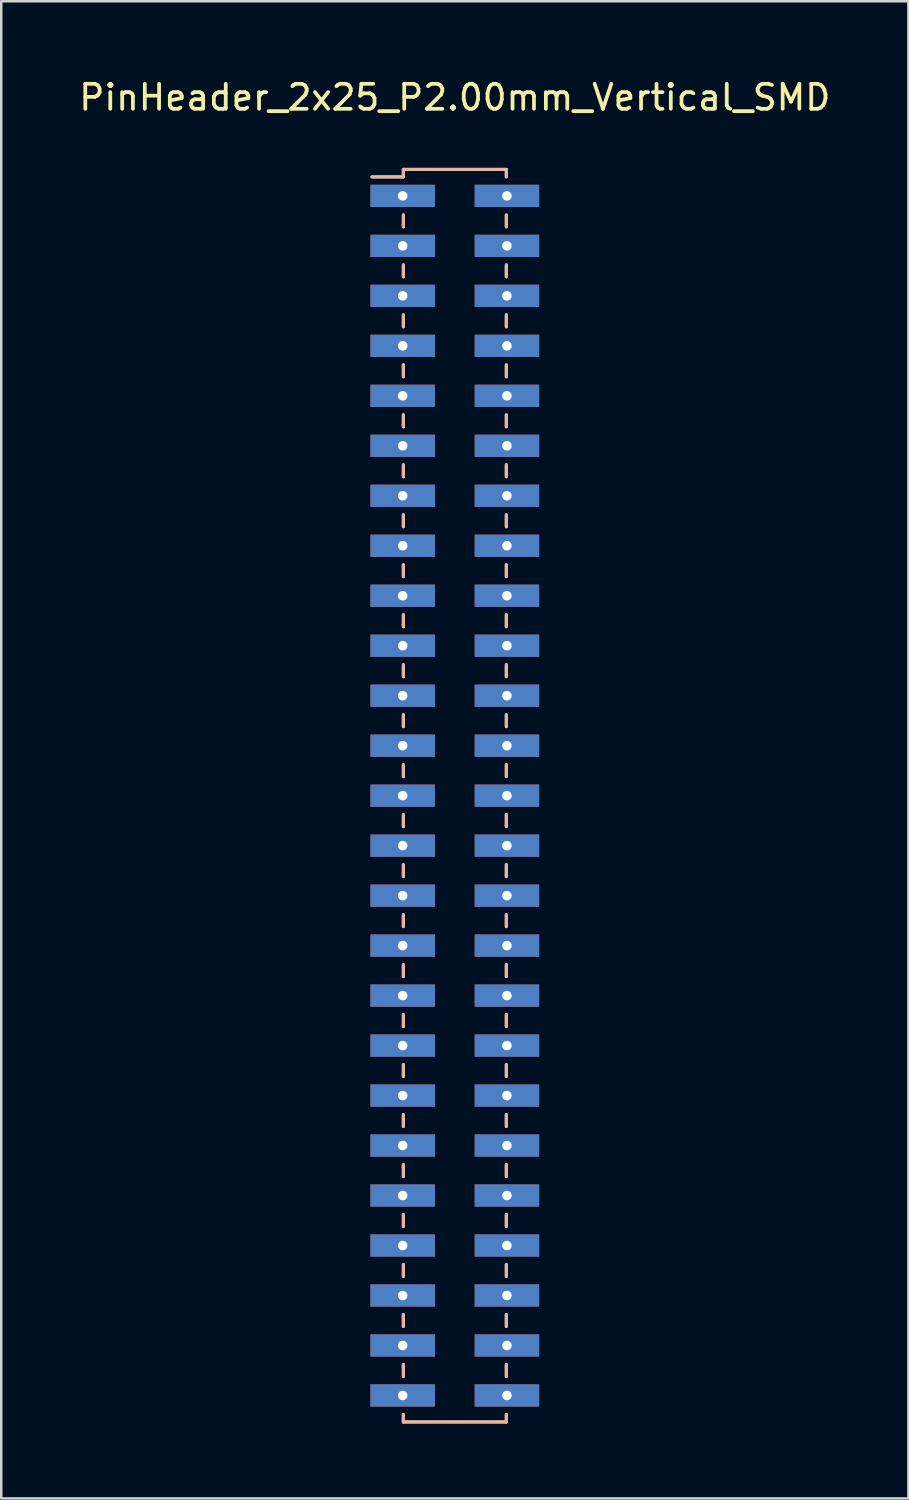
<source format=kicad_pcb>
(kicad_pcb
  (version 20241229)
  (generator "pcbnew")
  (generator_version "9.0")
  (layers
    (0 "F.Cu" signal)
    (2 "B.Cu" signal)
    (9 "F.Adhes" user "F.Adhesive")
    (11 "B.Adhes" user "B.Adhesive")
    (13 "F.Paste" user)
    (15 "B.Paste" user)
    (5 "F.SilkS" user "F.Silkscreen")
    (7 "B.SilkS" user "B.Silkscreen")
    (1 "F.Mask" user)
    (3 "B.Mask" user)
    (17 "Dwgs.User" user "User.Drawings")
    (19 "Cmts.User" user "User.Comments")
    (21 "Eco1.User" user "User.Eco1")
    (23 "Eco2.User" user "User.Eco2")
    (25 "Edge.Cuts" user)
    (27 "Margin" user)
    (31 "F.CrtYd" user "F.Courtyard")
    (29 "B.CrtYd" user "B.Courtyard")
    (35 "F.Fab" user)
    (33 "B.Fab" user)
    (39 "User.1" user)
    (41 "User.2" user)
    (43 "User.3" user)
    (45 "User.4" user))
  (footprint "PinHeader_2x25_P2.00mm_Vertical_SMD"
    (layer "F.Cu")
    (at 15.149 28.788)
    (property "Reference" "PinHeader_2x25_P2.00mm_Vertical_SMD" (at 0 -27.94 0) (layer "F.SilkS") (effects (font (size 1 1) (thickness 0.15))))
    (attr through_hole)
    (fp_line (start -3.315 -24.76) (end -2.06 -24.76) (stroke (width 0.12) (type solid)) (layer "F.SilkS"))
    (fp_line (start -2.06 -25.06) (end -2.06 -24.76) (stroke (width 0.12) (type solid)) (layer "F.SilkS"))
    (fp_line (start -2.06 -25.06) (end 2.06 -25.06) (stroke (width 0.12) (type solid)) (layer "F.SilkS"))
    (fp_line (start -2.06 -23.24) (end -2.06 -22.76) (stroke (width 0.12) (type solid)) (layer "F.SilkS"))
    (fp_line (start -2.06 -21.24) (end -2.06 -20.76) (stroke (width 0.12) (type solid)) (layer "F.SilkS"))
    (fp_line (start -2.06 -19.24) (end -2.06 -18.76) (stroke (width 0.12) (type solid)) (layer "F.SilkS"))
    (fp_line (start -2.06 -17.24) (end -2.06 -16.76) (stroke (width 0.12) (type solid)) (layer "F.SilkS"))
    (fp_line (start -2.06 -15.24) (end -2.06 -14.76) (stroke (width 0.12) (type solid)) (layer "F.SilkS"))
    (fp_line (start -2.06 -13.24) (end -2.06 -12.76) (stroke (width 0.12) (type solid)) (layer "F.SilkS"))
    (fp_line (start -2.06 -11.24) (end -2.06 -10.76) (stroke (width 0.12) (type solid)) (layer "F.SilkS"))
    (fp_line (start -2.06 -9.24) (end -2.06 -8.76) (stroke (width 0.12) (type solid)) (layer "F.SilkS"))
    (fp_line (start -2.06 -7.24) (end -2.06 -6.76) (stroke (width 0.12) (type solid)) (layer "F.SilkS"))
    (fp_line (start -2.06 -5.24) (end -2.06 -4.76) (stroke (width 0.12) (type solid)) (layer "F.SilkS"))
    (fp_line (start -2.06 -3.24) (end -2.06 -2.76) (stroke (width 0.12) (type solid)) (layer "F.SilkS"))
    (fp_line (start -2.06 -1.24) (end -2.06 -0.76) (stroke (width 0.12) (type solid)) (layer "F.SilkS"))
    (fp_line (start -2.06 0.76) (end -2.06 1.24) (stroke (width 0.12) (type solid)) (layer "F.SilkS"))
    (fp_line (start -2.06 2.76) (end -2.06 3.24) (stroke (width 0.12) (type solid)) (layer "F.SilkS"))
    (fp_line (start -2.06 4.76) (end -2.06 5.24) (stroke (width 0.12) (type solid)) (layer "F.SilkS"))
    (fp_line (start -2.06 6.76) (end -2.06 7.24) (stroke (width 0.12) (type solid)) (layer "F.SilkS"))
    (fp_line (start -2.06 8.76) (end -2.06 9.24) (stroke (width 0.12) (type solid)) (layer "F.SilkS"))
    (fp_line (start -2.06 10.76) (end -2.06 11.24) (stroke (width 0.12) (type solid)) (layer "F.SilkS"))
    (fp_line (start -2.06 12.76) (end -2.06 13.24) (stroke (width 0.12) (type solid)) (layer "F.SilkS"))
    (fp_line (start -2.06 14.76) (end -2.06 15.24) (stroke (width 0.12) (type solid)) (layer "F.SilkS"))
    (fp_line (start -2.06 16.76) (end -2.06 17.24) (stroke (width 0.12) (type solid)) (layer "F.SilkS"))
    (fp_line (start -2.06 18.76) (end -2.06 19.24) (stroke (width 0.12) (type solid)) (layer "F.SilkS"))
    (fp_line (start -2.06 20.76) (end -2.06 21.24) (stroke (width 0.12) (type solid)) (layer "F.SilkS"))
    (fp_line (start -2.06 22.76) (end -2.06 23.24) (stroke (width 0.12) (type solid)) (layer "F.SilkS"))
    (fp_line (start -2.06 24.76) (end -2.06 25.06) (stroke (width 0.12) (type solid)) (layer "F.SilkS"))
    (fp_line (start -2.06 25.06) (end 2.06 25.06) (stroke (width 0.12) (type solid)) (layer "F.SilkS"))
    (fp_line (start 2.06 -25.06) (end 2.06 -24.76) (stroke (width 0.12) (type solid)) (layer "F.SilkS"))
    (fp_line (start 2.06 -23.24) (end 2.06 -22.76) (stroke (width 0.12) (type solid)) (layer "F.SilkS"))
    (fp_line (start 2.06 -21.24) (end 2.06 -20.76) (stroke (width 0.12) (type solid)) (layer "F.SilkS"))
    (fp_line (start 2.06 -19.24) (end 2.06 -18.76) (stroke (width 0.12) (type solid)) (layer "F.SilkS"))
    (fp_line (start 2.06 -17.24) (end 2.06 -16.76) (stroke (width 0.12) (type solid)) (layer "F.SilkS"))
    (fp_line (start 2.06 -15.24) (end 2.06 -14.76) (stroke (width 0.12) (type solid)) (layer "F.SilkS"))
    (fp_line (start 2.06 -13.24) (end 2.06 -12.76) (stroke (width 0.12) (type solid)) (layer "F.SilkS"))
    (fp_line (start 2.06 -11.24) (end 2.06 -10.76) (stroke (width 0.12) (type solid)) (layer "F.SilkS"))
    (fp_line (start 2.06 -9.24) (end 2.06 -8.76) (stroke (width 0.12) (type solid)) (layer "F.SilkS"))
    (fp_line (start 2.06 -7.24) (end 2.06 -6.76) (stroke (width 0.12) (type solid)) (layer "F.SilkS"))
    (fp_line (start 2.06 -5.24) (end 2.06 -4.76) (stroke (width 0.12) (type solid)) (layer "F.SilkS"))
    (fp_line (start 2.06 -3.24) (end 2.06 -2.76) (stroke (width 0.12) (type solid)) (layer "F.SilkS"))
    (fp_line (start 2.06 -1.24) (end 2.06 -0.76) (stroke (width 0.12) (type solid)) (layer "F.SilkS"))
    (fp_line (start 2.06 0.76) (end 2.06 1.24) (stroke (width 0.12) (type solid)) (layer "F.SilkS"))
    (fp_line (start 2.06 2.76) (end 2.06 3.24) (stroke (width 0.12) (type solid)) (layer "F.SilkS"))
    (fp_line (start 2.06 4.76) (end 2.06 5.24) (stroke (width 0.12) (type solid)) (layer "F.SilkS"))
    (fp_line (start 2.06 6.76) (end 2.06 7.24) (stroke (width 0.12) (type solid)) (layer "F.SilkS"))
    (fp_line (start 2.06 8.76) (end 2.06 9.24) (stroke (width 0.12) (type solid)) (layer "F.SilkS"))
    (fp_line (start 2.06 10.76) (end 2.06 11.24) (stroke (width 0.12) (type solid)) (layer "F.SilkS"))
    (fp_line (start 2.06 12.76) (end 2.06 13.24) (stroke (width 0.12) (type solid)) (layer "F.SilkS"))
    (fp_line (start 2.06 14.76) (end 2.06 15.24) (stroke (width 0.12) (type solid)) (layer "F.SilkS"))
    (fp_line (start 2.06 16.76) (end 2.06 17.24) (stroke (width 0.12) (type solid)) (layer "F.SilkS"))
    (fp_line (start 2.06 18.76) (end 2.06 19.24) (stroke (width 0.12) (type solid)) (layer "F.SilkS"))
    (fp_line (start 2.06 20.76) (end 2.06 21.24) (stroke (width 0.12) (type solid)) (layer "F.SilkS"))
    (fp_line (start 2.06 22.76) (end 2.06 23.24) (stroke (width 0.12) (type solid)) (layer "F.SilkS"))
    (fp_line (start 2.06 24.76) (end 2.06 25.06) (stroke (width 0.12) (type solid)) (layer "F.SilkS"))
    (fp_line (start -3.315 -24.76) (end -2.06 -24.76) (stroke (width 0.12) (type solid)) (layer "B.SilkS"))
    (fp_line (start -2.06 -25.06) (end -2.06 -24.76) (stroke (width 0.12) (type solid)) (layer "B.SilkS"))
    (fp_line (start -2.06 -25.06) (end 2.06 -25.06) (stroke (width 0.12) (type solid)) (layer "B.SilkS"))
    (fp_line (start -2.06 -23.24) (end -2.06 -22.76) (stroke (width 0.12) (type solid)) (layer "B.SilkS"))
    (fp_line (start -2.06 -21.24) (end -2.06 -20.76) (stroke (width 0.12) (type solid)) (layer "B.SilkS"))
    (fp_line (start -2.06 -19.24) (end -2.06 -18.76) (stroke (width 0.12) (type solid)) (layer "B.SilkS"))
    (fp_line (start -2.06 -17.24) (end -2.06 -16.76) (stroke (width 0.12) (type solid)) (layer "B.SilkS"))
    (fp_line (start -2.06 -15.24) (end -2.06 -14.76) (stroke (width 0.12) (type solid)) (layer "B.SilkS"))
    (fp_line (start -2.06 -13.24) (end -2.06 -12.76) (stroke (width 0.12) (type solid)) (layer "B.SilkS"))
    (fp_line (start -2.06 -11.24) (end -2.06 -10.76) (stroke (width 0.12) (type solid)) (layer "B.SilkS"))
    (fp_line (start -2.06 -9.24) (end -2.06 -8.76) (stroke (width 0.12) (type solid)) (layer "B.SilkS"))
    (fp_line (start -2.06 -7.24) (end -2.06 -6.76) (stroke (width 0.12) (type solid)) (layer "B.SilkS"))
    (fp_line (start -2.06 -5.24) (end -2.06 -4.76) (stroke (width 0.12) (type solid)) (layer "B.SilkS"))
    (fp_line (start -2.06 -3.24) (end -2.06 -2.76) (stroke (width 0.12) (type solid)) (layer "B.SilkS"))
    (fp_line (start -2.06 -1.24) (end -2.06 -0.76) (stroke (width 0.12) (type solid)) (layer "B.SilkS"))
    (fp_line (start -2.06 0.76) (end -2.06 1.24) (stroke (width 0.12) (type solid)) (layer "B.SilkS"))
    (fp_line (start -2.06 2.76) (end -2.06 3.24) (stroke (width 0.12) (type solid)) (layer "B.SilkS"))
    (fp_line (start -2.06 4.76) (end -2.06 5.24) (stroke (width 0.12) (type solid)) (layer "B.SilkS"))
    (fp_line (start -2.06 6.76) (end -2.06 7.24) (stroke (width 0.12) (type solid)) (layer "B.SilkS"))
    (fp_line (start -2.06 8.76) (end -2.06 9.24) (stroke (width 0.12) (type solid)) (layer "B.SilkS"))
    (fp_line (start -2.06 10.76) (end -2.06 11.24) (stroke (width 0.12) (type solid)) (layer "B.SilkS"))
    (fp_line (start -2.06 12.76) (end -2.06 13.24) (stroke (width 0.12) (type solid)) (layer "B.SilkS"))
    (fp_line (start -2.06 14.76) (end -2.06 15.24) (stroke (width 0.12) (type solid)) (layer "B.SilkS"))
    (fp_line (start -2.06 16.76) (end -2.06 17.24) (stroke (width 0.12) (type solid)) (layer "B.SilkS"))
    (fp_line (start -2.06 18.76) (end -2.06 19.24) (stroke (width 0.12) (type solid)) (layer "B.SilkS"))
    (fp_line (start -2.06 20.76) (end -2.06 21.24) (stroke (width 0.12) (type solid)) (layer "B.SilkS"))
    (fp_line (start -2.06 22.76) (end -2.06 23.24) (stroke (width 0.12) (type solid)) (layer "B.SilkS"))
    (fp_line (start -2.06 24.76) (end -2.06 25.06) (stroke (width 0.12) (type solid)) (layer "B.SilkS"))
    (fp_line (start -2.06 25.06) (end 2.06 25.06) (stroke (width 0.12) (type solid)) (layer "B.SilkS"))
    (fp_line (start 2.06 -25.06) (end 2.06 -24.76) (stroke (width 0.12) (type solid)) (layer "B.SilkS"))
    (fp_line (start 2.06 -23.24) (end 2.06 -22.76) (stroke (width 0.12) (type solid)) (layer "B.SilkS"))
    (fp_line (start 2.06 -21.24) (end 2.06 -20.76) (stroke (width 0.12) (type solid)) (layer "B.SilkS"))
    (fp_line (start 2.06 -19.24) (end 2.06 -18.76) (stroke (width 0.12) (type solid)) (layer "B.SilkS"))
    (fp_line (start 2.06 -17.24) (end 2.06 -16.76) (stroke (width 0.12) (type solid)) (layer "B.SilkS"))
    (fp_line (start 2.06 -15.24) (end 2.06 -14.76) (stroke (width 0.12) (type solid)) (layer "B.SilkS"))
    (fp_line (start 2.06 -13.24) (end 2.06 -12.76) (stroke (width 0.12) (type solid)) (layer "B.SilkS"))
    (fp_line (start 2.06 -11.24) (end 2.06 -10.76) (stroke (width 0.12) (type solid)) (layer "B.SilkS"))
    (fp_line (start 2.06 -9.24) (end 2.06 -8.76) (stroke (width 0.12) (type solid)) (layer "B.SilkS"))
    (fp_line (start 2.06 -7.24) (end 2.06 -6.76) (stroke (width 0.12) (type solid)) (layer "B.SilkS"))
    (fp_line (start 2.06 -5.24) (end 2.06 -4.76) (stroke (width 0.12) (type solid)) (layer "B.SilkS"))
    (fp_line (start 2.06 -3.24) (end 2.06 -2.76) (stroke (width 0.12) (type solid)) (layer "B.SilkS"))
    (fp_line (start 2.06 -1.24) (end 2.06 -0.76) (stroke (width 0.12) (type solid)) (layer "B.SilkS"))
    (fp_line (start 2.06 0.76) (end 2.06 1.24) (stroke (width 0.12) (type solid)) (layer "B.SilkS"))
    (fp_line (start 2.06 2.76) (end 2.06 3.24) (stroke (width 0.12) (type solid)) (layer "B.SilkS"))
    (fp_line (start 2.06 4.76) (end 2.06 5.24) (stroke (width 0.12) (type solid)) (layer "B.SilkS"))
    (fp_line (start 2.06 6.76) (end 2.06 7.24) (stroke (width 0.12) (type solid)) (layer "B.SilkS"))
    (fp_line (start 2.06 8.76) (end 2.06 9.24) (stroke (width 0.12) (type solid)) (layer "B.SilkS"))
    (fp_line (start 2.06 10.76) (end 2.06 11.24) (stroke (width 0.12) (type solid)) (layer "B.SilkS"))
    (fp_line (start 2.06 12.76) (end 2.06 13.24) (stroke (width 0.12) (type solid)) (layer "B.SilkS"))
    (fp_line (start 2.06 14.76) (end 2.06 15.24) (stroke (width 0.12) (type solid)) (layer "B.SilkS"))
    (fp_line (start 2.06 16.76) (end 2.06 17.24) (stroke (width 0.12) (type solid)) (layer "B.SilkS"))
    (fp_line (start 2.06 18.76) (end 2.06 19.24) (stroke (width 0.12) (type solid)) (layer "B.SilkS"))
    (fp_line (start 2.06 20.76) (end 2.06 21.24) (stroke (width 0.12) (type solid)) (layer "B.SilkS"))
    (fp_line (start 2.06 22.76) (end 2.06 23.24) (stroke (width 0.12) (type solid)) (layer "B.SilkS"))
    (fp_line (start 2.06 24.76) (end 2.06 25.06) (stroke (width 0.12) (type solid)) (layer "B.SilkS"))
    (pad "1" thru_hole rect (at -2.085 -24) (size 2.58 0.89) (drill 0.381) (layers "*.Cu" "*.Mask"))
    (pad "2" thru_hole rect (at 2.085 -24) (size 2.58 0.89) (drill 0.381) (layers "*.Cu" "*.Mask"))
    (pad "3" thru_hole rect (at -2.085 -22) (size 2.58 0.89) (drill 0.381) (layers "*.Cu" "*.Mask"))
    (pad "4" thru_hole rect (at 2.085 -22) (size 2.58 0.89) (drill 0.381) (layers "*.Cu" "*.Mask"))
    (pad "5" thru_hole rect (at -2.085 -20) (size 2.58 0.89) (drill 0.381) (layers "*.Cu" "*.Mask"))
    (pad "6" thru_hole rect (at 2.085 -20) (size 2.58 0.89) (drill 0.381) (layers "*.Cu" "*.Mask"))
    (pad "7" thru_hole rect (at -2.085 -18) (size 2.58 0.89) (drill 0.381) (layers "*.Cu" "*.Mask"))
    (pad "8" thru_hole rect (at 2.085 -18) (size 2.58 0.89) (drill 0.381) (layers "*.Cu" "*.Mask"))
    (pad "9" thru_hole rect (at -2.085 -16) (size 2.58 0.89) (drill 0.381) (layers "*.Cu" "*.Mask"))
    (pad "10" thru_hole rect (at 2.085 -16) (size 2.58 0.89) (drill 0.381) (layers "*.Cu" "*.Mask"))
    (pad "11" thru_hole rect (at -2.085 -14) (size 2.58 0.89) (drill 0.381) (layers "*.Cu" "*.Mask"))
    (pad "12" thru_hole rect (at 2.085 -14) (size 2.58 0.89) (drill 0.381) (layers "*.Cu" "*.Mask"))
    (pad "13" thru_hole rect (at -2.085 -12) (size 2.58 0.89) (drill 0.381) (layers "*.Cu" "*.Mask"))
    (pad "14" thru_hole rect (at 2.085 -12) (size 2.58 0.89) (drill 0.381) (layers "*.Cu" "*.Mask"))
    (pad "15" thru_hole rect (at -2.085 -10) (size 2.58 0.89) (drill 0.381) (layers "*.Cu" "*.Mask"))
    (pad "16" thru_hole rect (at 2.085 -10) (size 2.58 0.89) (drill 0.381) (layers "*.Cu" "*.Mask"))
    (pad "17" thru_hole rect (at -2.085 -8) (size 2.58 0.89) (drill 0.381) (layers "*.Cu" "*.Mask"))
    (pad "18" thru_hole rect (at 2.085 -8) (size 2.58 0.89) (drill 0.381) (layers "*.Cu" "*.Mask"))
    (pad "19" thru_hole rect (at -2.085 -6) (size 2.58 0.89) (drill 0.381) (layers "*.Cu" "*.Mask"))
    (pad "20" thru_hole rect (at 2.085 -6) (size 2.58 0.89) (drill 0.381) (layers "*.Cu" "*.Mask"))
    (pad "21" thru_hole rect (at -2.085 -4) (size 2.58 0.89) (drill 0.381) (layers "*.Cu" "*.Mask"))
    (pad "22" thru_hole rect (at 2.085 -4) (size 2.58 0.89) (drill 0.381) (layers "*.Cu" "*.Mask"))
    (pad "23" thru_hole rect (at -2.085 -2) (size 2.58 0.89) (drill 0.381) (layers "*.Cu" "*.Mask"))
    (pad "24" thru_hole rect (at 2.085 -2) (size 2.58 0.89) (drill 0.381) (layers "*.Cu" "*.Mask"))
    (pad "25" thru_hole rect (at -2.085 0) (size 2.58 0.89) (drill 0.381) (layers "*.Cu" "*.Mask"))
    (pad "26" thru_hole rect (at 2.085 0) (size 2.58 0.89) (drill 0.381) (layers "*.Cu" "*.Mask"))
    (pad "27" thru_hole rect (at -2.085 2) (size 2.58 0.89) (drill 0.381) (layers "*.Cu" "*.Mask"))
    (pad "28" thru_hole rect (at 2.085 2) (size 2.58 0.89) (drill 0.381) (layers "*.Cu" "*.Mask"))
    (pad "29" thru_hole rect (at -2.085 4) (size 2.58 0.89) (drill 0.381) (layers "*.Cu" "*.Mask"))
    (pad "30" thru_hole rect (at 2.085 4) (size 2.58 0.89) (drill 0.381) (layers "*.Cu" "*.Mask"))
    (pad "31" thru_hole rect (at -2.085 6) (size 2.58 0.89) (drill 0.381) (layers "*.Cu" "*.Mask"))
    (pad "32" thru_hole rect (at 2.085 6) (size 2.58 0.89) (drill 0.381) (layers "*.Cu" "*.Mask"))
    (pad "33" thru_hole rect (at -2.085 8) (size 2.58 0.89) (drill 0.381) (layers "*.Cu" "*.Mask"))
    (pad "34" thru_hole rect (at 2.085 8) (size 2.58 0.89) (drill 0.381) (layers "*.Cu" "*.Mask"))
    (pad "35" thru_hole rect (at -2.085 10) (size 2.58 0.89) (drill 0.381) (layers "*.Cu" "*.Mask"))
    (pad "36" thru_hole rect (at 2.085 10) (size 2.58 0.89) (drill 0.381) (layers "*.Cu" "*.Mask"))
    (pad "37" thru_hole rect (at -2.085 12) (size 2.58 0.89) (drill 0.381) (layers "*.Cu" "*.Mask"))
    (pad "38" thru_hole rect (at 2.085 12) (size 2.58 0.89) (drill 0.381) (layers "*.Cu" "*.Mask"))
    (pad "39" thru_hole rect (at -2.085 14) (size 2.58 0.89) (drill 0.381) (layers "*.Cu" "*.Mask"))
    (pad "40" thru_hole rect (at 2.085 14) (size 2.58 0.89) (drill 0.381) (layers "*.Cu" "*.Mask"))
    (pad "41" thru_hole rect (at -2.085 16) (size 2.58 0.89) (drill 0.381) (layers "*.Cu" "*.Mask"))
    (pad "42" thru_hole rect (at 2.085 16) (size 2.58 0.89) (drill 0.381) (layers "*.Cu" "*.Mask"))
    (pad "43" thru_hole rect (at -2.085 18) (size 2.58 0.89) (drill 0.381) (layers "*.Cu" "*.Mask"))
    (pad "44" thru_hole rect (at 2.085 18) (size 2.58 0.89) (drill 0.381) (layers "*.Cu" "*.Mask"))
    (pad "45" thru_hole rect (at -2.085 20) (size 2.58 0.89) (drill 0.381) (layers "*.Cu" "*.Mask"))
    (pad "46" thru_hole rect (at 2.085 20) (size 2.58 0.89) (drill 0.381) (layers "*.Cu" "*.Mask"))
    (pad "47" thru_hole rect (at -2.085 22) (size 2.58 0.89) (drill 0.381) (layers "*.Cu" "*.Mask"))
    (pad "48" thru_hole rect (at 2.085 22) (size 2.58 0.89) (drill 0.381) (layers "*.Cu" "*.Mask"))
    (pad "49" thru_hole rect (at -2.085 24) (size 2.58 0.89) (drill 0.381) (layers "*.Cu" "*.Mask"))
    (pad "50" thru_hole rect (at 2.085 24) (size 2.58 0.89) (drill 0.381) (layers "*.Cu" "*.Mask")))
  (gr_rect
    (start -3 -3)
    (end 33.298 56.908)
    (stroke (width 0.1) (type default))
    (fill no)
    (layer "Edge.Cuts")))
</source>
